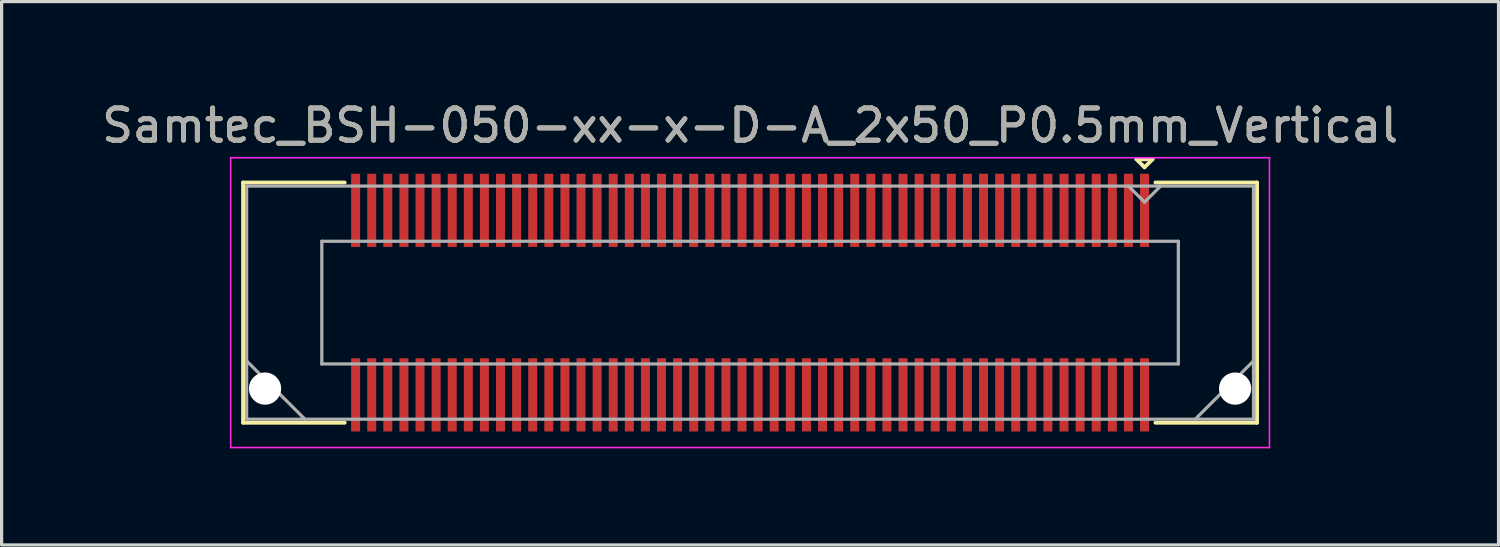
<source format=kicad_pcb>
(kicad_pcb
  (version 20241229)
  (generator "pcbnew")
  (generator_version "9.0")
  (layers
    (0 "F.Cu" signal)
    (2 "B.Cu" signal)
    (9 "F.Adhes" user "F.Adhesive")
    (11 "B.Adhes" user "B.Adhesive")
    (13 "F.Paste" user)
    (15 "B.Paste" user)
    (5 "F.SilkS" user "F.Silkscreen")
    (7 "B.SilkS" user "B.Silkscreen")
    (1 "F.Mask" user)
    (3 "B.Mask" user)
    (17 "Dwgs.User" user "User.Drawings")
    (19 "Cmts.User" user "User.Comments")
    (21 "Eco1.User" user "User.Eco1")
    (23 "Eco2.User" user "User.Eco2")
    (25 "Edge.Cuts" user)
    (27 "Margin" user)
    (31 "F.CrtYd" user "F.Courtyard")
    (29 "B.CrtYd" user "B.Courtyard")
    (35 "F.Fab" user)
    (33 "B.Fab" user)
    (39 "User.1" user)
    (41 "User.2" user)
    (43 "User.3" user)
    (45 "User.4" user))
  (footprint "Samtec_BSH-050-xx-x-D-A_2x50_P0.5mm_Vertical"
    (layer "F.Cu")
    (at 20.244 6.348)
    (property "Reference" "Samtec_BSH-050-xx-x-D-A_2x50_P0.5mm_Vertical" (at 0 -5.5 0) (layer "F.SilkS") (effects (font (size 1 1) (thickness 0.15))))
    (attr smd)
    (fp_line (start -15.745 -3.73) (end -12.589 -3.73) (stroke (width 0.12) (type solid)) (layer "F.SilkS"))
    (fp_line (start -15.745 3.73) (end -15.745 -3.73) (stroke (width 0.12) (type solid)) (layer "F.SilkS"))
    (fp_line (start -12.589 3.73) (end -15.745 3.73) (stroke (width 0.12) (type solid)) (layer "F.SilkS"))
    (fp_line (start 12 -4.452) (end 12.5 -4.452) (stroke (width 0.12) (type solid)) (layer "F.SilkS"))
    (fp_line (start 12.25 -4.202) (end 12 -4.452) (stroke (width 0.12) (type solid)) (layer "F.SilkS"))
    (fp_line (start 12.5 -4.452) (end 12.25 -4.202) (stroke (width 0.12) (type solid)) (layer "F.SilkS"))
    (fp_line (start 12.589 3.73) (end 15.745 3.73) (stroke (width 0.12) (type solid)) (layer "F.SilkS"))
    (fp_line (start 15.745 -3.73) (end 12.589 -3.73) (stroke (width 0.12) (type solid)) (layer "F.SilkS"))
    (fp_line (start 15.745 3.73) (end 15.745 -3.73) (stroke (width 0.12) (type solid)) (layer "F.SilkS"))
    (fp_line (start -16.13 -4.5) (end -16.13 4.5) (stroke (width 0.05) (type solid)) (layer "F.CrtYd"))
    (fp_line (start -16.13 4.5) (end 16.13 4.5) (stroke (width 0.05) (type solid)) (layer "F.CrtYd"))
    (fp_line (start 16.13 -4.5) (end -16.13 -4.5) (stroke (width 0.05) (type solid)) (layer "F.CrtYd"))
    (fp_line (start 16.13 4.5) (end 16.13 -4.5) (stroke (width 0.05) (type solid)) (layer "F.CrtYd"))
    (fp_line (start -15.635 -3.62) (end -15.635 3.62) (stroke (width 0.1) (type solid)) (layer "F.Fab"))
    (fp_line (start -15.635 1.81) (end -13.825 3.62) (stroke (width 0.1) (type solid)) (layer "F.Fab"))
    (fp_line (start -15.635 3.62) (end 15.635 3.62) (stroke (width 0.1) (type solid)) (layer "F.Fab"))
    (fp_line (start -13.3 -1.905) (end -13.3 1.905) (stroke (width 0.1) (type solid)) (layer "F.Fab"))
    (fp_line (start -13.3 1.905) (end 13.3 1.905) (stroke (width 0.1) (type solid)) (layer "F.Fab"))
    (fp_line (start 12.25 -3.12) (end 11.75 -3.62) (stroke (width 0.1) (type solid)) (layer "F.Fab"))
    (fp_line (start 12.75 -3.62) (end 12.25 -3.12) (stroke (width 0.1) (type solid)) (layer "F.Fab"))
    (fp_line (start 13.3 -1.905) (end -13.3 -1.905) (stroke (width 0.1) (type solid)) (layer "F.Fab"))
    (fp_line (start 13.3 1.905) (end 13.3 -1.905) (stroke (width 0.1) (type solid)) (layer "F.Fab"))
    (fp_line (start 15.635 -3.62) (end -15.635 -3.62) (stroke (width 0.1) (type solid)) (layer "F.Fab"))
    (fp_line (start 15.635 1.81) (end 13.825 3.62) (stroke (width 0.1) (type solid)) (layer "F.Fab"))
    (fp_line (start 15.635 3.62) (end 15.635 -3.62) (stroke (width 0.1) (type solid)) (layer "F.Fab"))
    (fp_text user "${REFERENCE}" (at 0 -5.5 0) (layer "F.Fab") (effects (font (size 1 1) (thickness 0.15))))
    (pad "" np_thru_hole circle (at -15.063 2.67) (size 1 1) (drill 1) (layers "*.Cu" "*.Mask"))
    (pad "" np_thru_hole circle (at 15.063 2.67) (size 1 1) (drill 1) (layers "*.Cu" "*.Mask"))
    (pad "1" smd rect (at 12.25 -2.865) (size 0.279 2.273) (layers "F.Cu" "F.Mask" "F.Paste"))
    (pad "2" smd rect (at 12.25 2.865) (size 0.279 2.273) (layers "F.Cu" "F.Mask" "F.Paste"))
    (pad "3" smd rect (at 11.75 -2.865) (size 0.279 2.273) (layers "F.Cu" "F.Mask" "F.Paste"))
    (pad "4" smd rect (at 11.75 2.865) (size 0.279 2.273) (layers "F.Cu" "F.Mask" "F.Paste"))
    (pad "5" smd rect (at 11.25 -2.865) (size 0.279 2.273) (layers "F.Cu" "F.Mask" "F.Paste"))
    (pad "6" smd rect (at 11.25 2.865) (size 0.279 2.273) (layers "F.Cu" "F.Mask" "F.Paste"))
    (pad "7" smd rect (at 10.75 -2.865) (size 0.279 2.273) (layers "F.Cu" "F.Mask" "F.Paste"))
    (pad "8" smd rect (at 10.75 2.865) (size 0.279 2.273) (layers "F.Cu" "F.Mask" "F.Paste"))
    (pad "9" smd rect (at 10.25 -2.865) (size 0.279 2.273) (layers "F.Cu" "F.Mask" "F.Paste"))
    (pad "10" smd rect (at 10.25 2.865) (size 0.279 2.273) (layers "F.Cu" "F.Mask" "F.Paste"))
    (pad "11" smd rect (at 9.75 -2.865) (size 0.279 2.273) (layers "F.Cu" "F.Mask" "F.Paste"))
    (pad "12" smd rect (at 9.75 2.865) (size 0.279 2.273) (layers "F.Cu" "F.Mask" "F.Paste"))
    (pad "13" smd rect (at 9.25 -2.865) (size 0.279 2.273) (layers "F.Cu" "F.Mask" "F.Paste"))
    (pad "14" smd rect (at 9.25 2.865) (size 0.279 2.273) (layers "F.Cu" "F.Mask" "F.Paste"))
    (pad "15" smd rect (at 8.75 -2.865) (size 0.279 2.273) (layers "F.Cu" "F.Mask" "F.Paste"))
    (pad "16" smd rect (at 8.75 2.865) (size 0.279 2.273) (layers "F.Cu" "F.Mask" "F.Paste"))
    (pad "17" smd rect (at 8.25 -2.865) (size 0.279 2.273) (layers "F.Cu" "F.Mask" "F.Paste"))
    (pad "18" smd rect (at 8.25 2.865) (size 0.279 2.273) (layers "F.Cu" "F.Mask" "F.Paste"))
    (pad "19" smd rect (at 7.75 -2.865) (size 0.279 2.273) (layers "F.Cu" "F.Mask" "F.Paste"))
    (pad "20" smd rect (at 7.75 2.865) (size 0.279 2.273) (layers "F.Cu" "F.Mask" "F.Paste"))
    (pad "21" smd rect (at 7.25 -2.865) (size 0.279 2.273) (layers "F.Cu" "F.Mask" "F.Paste"))
    (pad "22" smd rect (at 7.25 2.865) (size 0.279 2.273) (layers "F.Cu" "F.Mask" "F.Paste"))
    (pad "23" smd rect (at 6.75 -2.865) (size 0.279 2.273) (layers "F.Cu" "F.Mask" "F.Paste"))
    (pad "24" smd rect (at 6.75 2.865) (size 0.279 2.273) (layers "F.Cu" "F.Mask" "F.Paste"))
    (pad "25" smd rect (at 6.25 -2.865) (size 0.279 2.273) (layers "F.Cu" "F.Mask" "F.Paste"))
    (pad "26" smd rect (at 6.25 2.865) (size 0.279 2.273) (layers "F.Cu" "F.Mask" "F.Paste"))
    (pad "27" smd rect (at 5.75 -2.865) (size 0.279 2.273) (layers "F.Cu" "F.Mask" "F.Paste"))
    (pad "28" smd rect (at 5.75 2.865) (size 0.279 2.273) (layers "F.Cu" "F.Mask" "F.Paste"))
    (pad "29" smd rect (at 5.25 -2.865) (size 0.279 2.273) (layers "F.Cu" "F.Mask" "F.Paste"))
    (pad "30" smd rect (at 5.25 2.865) (size 0.279 2.273) (layers "F.Cu" "F.Mask" "F.Paste"))
    (pad "31" smd rect (at 4.75 -2.865) (size 0.279 2.273) (layers "F.Cu" "F.Mask" "F.Paste"))
    (pad "32" smd rect (at 4.75 2.865) (size 0.279 2.273) (layers "F.Cu" "F.Mask" "F.Paste"))
    (pad "33" smd rect (at 4.25 -2.865) (size 0.279 2.273) (layers "F.Cu" "F.Mask" "F.Paste"))
    (pad "34" smd rect (at 4.25 2.865) (size 0.279 2.273) (layers "F.Cu" "F.Mask" "F.Paste"))
    (pad "35" smd rect (at 3.75 -2.865) (size 0.279 2.273) (layers "F.Cu" "F.Mask" "F.Paste"))
    (pad "36" smd rect (at 3.75 2.865) (size 0.279 2.273) (layers "F.Cu" "F.Mask" "F.Paste"))
    (pad "37" smd rect (at 3.25 -2.865) (size 0.279 2.273) (layers "F.Cu" "F.Mask" "F.Paste"))
    (pad "38" smd rect (at 3.25 2.865) (size 0.279 2.273) (layers "F.Cu" "F.Mask" "F.Paste"))
    (pad "39" smd rect (at 2.75 -2.865) (size 0.279 2.273) (layers "F.Cu" "F.Mask" "F.Paste"))
    (pad "40" smd rect (at 2.75 2.865) (size 0.279 2.273) (layers "F.Cu" "F.Mask" "F.Paste"))
    (pad "41" smd rect (at 2.25 -2.865) (size 0.279 2.273) (layers "F.Cu" "F.Mask" "F.Paste"))
    (pad "42" smd rect (at 2.25 2.865) (size 0.279 2.273) (layers "F.Cu" "F.Mask" "F.Paste"))
    (pad "43" smd rect (at 1.75 -2.865) (size 0.279 2.273) (layers "F.Cu" "F.Mask" "F.Paste"))
    (pad "44" smd rect (at 1.75 2.865) (size 0.279 2.273) (layers "F.Cu" "F.Mask" "F.Paste"))
    (pad "45" smd rect (at 1.25 -2.865) (size 0.279 2.273) (layers "F.Cu" "F.Mask" "F.Paste"))
    (pad "46" smd rect (at 1.25 2.865) (size 0.279 2.273) (layers "F.Cu" "F.Mask" "F.Paste"))
    (pad "47" smd rect (at 0.75 -2.865) (size 0.279 2.273) (layers "F.Cu" "F.Mask" "F.Paste"))
    (pad "48" smd rect (at 0.75 2.865) (size 0.279 2.273) (layers "F.Cu" "F.Mask" "F.Paste"))
    (pad "49" smd rect (at 0.25 -2.865) (size 0.279 2.273) (layers "F.Cu" "F.Mask" "F.Paste"))
    (pad "50" smd rect (at 0.25 2.865) (size 0.279 2.273) (layers "F.Cu" "F.Mask" "F.Paste"))
    (pad "51" smd rect (at -0.25 -2.865) (size 0.279 2.273) (layers "F.Cu" "F.Mask" "F.Paste"))
    (pad "52" smd rect (at -0.25 2.865) (size 0.279 2.273) (layers "F.Cu" "F.Mask" "F.Paste"))
    (pad "53" smd rect (at -0.75 -2.865) (size 0.279 2.273) (layers "F.Cu" "F.Mask" "F.Paste"))
    (pad "54" smd rect (at -0.75 2.865) (size 0.279 2.273) (layers "F.Cu" "F.Mask" "F.Paste"))
    (pad "55" smd rect (at -1.25 -2.865) (size 0.279 2.273) (layers "F.Cu" "F.Mask" "F.Paste"))
    (pad "56" smd rect (at -1.25 2.865) (size 0.279 2.273) (layers "F.Cu" "F.Mask" "F.Paste"))
    (pad "57" smd rect (at -1.75 -2.865) (size 0.279 2.273) (layers "F.Cu" "F.Mask" "F.Paste"))
    (pad "58" smd rect (at -1.75 2.865) (size 0.279 2.273) (layers "F.Cu" "F.Mask" "F.Paste"))
    (pad "59" smd rect (at -2.25 -2.865) (size 0.279 2.273) (layers "F.Cu" "F.Mask" "F.Paste"))
    (pad "60" smd rect (at -2.25 2.865) (size 0.279 2.273) (layers "F.Cu" "F.Mask" "F.Paste"))
    (pad "61" smd rect (at -2.75 -2.865) (size 0.279 2.273) (layers "F.Cu" "F.Mask" "F.Paste"))
    (pad "62" smd rect (at -2.75 2.865) (size 0.279 2.273) (layers "F.Cu" "F.Mask" "F.Paste"))
    (pad "63" smd rect (at -3.25 -2.865) (size 0.279 2.273) (layers "F.Cu" "F.Mask" "F.Paste"))
    (pad "64" smd rect (at -3.25 2.865) (size 0.279 2.273) (layers "F.Cu" "F.Mask" "F.Paste"))
    (pad "65" smd rect (at -3.75 -2.865) (size 0.279 2.273) (layers "F.Cu" "F.Mask" "F.Paste"))
    (pad "66" smd rect (at -3.75 2.865) (size 0.279 2.273) (layers "F.Cu" "F.Mask" "F.Paste"))
    (pad "67" smd rect (at -4.25 -2.865) (size 0.279 2.273) (layers "F.Cu" "F.Mask" "F.Paste"))
    (pad "68" smd rect (at -4.25 2.865) (size 0.279 2.273) (layers "F.Cu" "F.Mask" "F.Paste"))
    (pad "69" smd rect (at -4.75 -2.865) (size 0.279 2.273) (layers "F.Cu" "F.Mask" "F.Paste"))
    (pad "70" smd rect (at -4.75 2.865) (size 0.279 2.273) (layers "F.Cu" "F.Mask" "F.Paste"))
    (pad "71" smd rect (at -5.25 -2.865) (size 0.279 2.273) (layers "F.Cu" "F.Mask" "F.Paste"))
    (pad "72" smd rect (at -5.25 2.865) (size 0.279 2.273) (layers "F.Cu" "F.Mask" "F.Paste"))
    (pad "73" smd rect (at -5.75 -2.865) (size 0.279 2.273) (layers "F.Cu" "F.Mask" "F.Paste"))
    (pad "74" smd rect (at -5.75 2.865) (size 0.279 2.273) (layers "F.Cu" "F.Mask" "F.Paste"))
    (pad "75" smd rect (at -6.25 -2.865) (size 0.279 2.273) (layers "F.Cu" "F.Mask" "F.Paste"))
    (pad "76" smd rect (at -6.25 2.865) (size 0.279 2.273) (layers "F.Cu" "F.Mask" "F.Paste"))
    (pad "77" smd rect (at -6.75 -2.865) (size 0.279 2.273) (layers "F.Cu" "F.Mask" "F.Paste"))
    (pad "78" smd rect (at -6.75 2.865) (size 0.279 2.273) (layers "F.Cu" "F.Mask" "F.Paste"))
    (pad "79" smd rect (at -7.25 -2.865) (size 0.279 2.273) (layers "F.Cu" "F.Mask" "F.Paste"))
    (pad "80" smd rect (at -7.25 2.865) (size 0.279 2.273) (layers "F.Cu" "F.Mask" "F.Paste"))
    (pad "81" smd rect (at -7.75 -2.865) (size 0.279 2.273) (layers "F.Cu" "F.Mask" "F.Paste"))
    (pad "82" smd rect (at -7.75 2.865) (size 0.279 2.273) (layers "F.Cu" "F.Mask" "F.Paste"))
    (pad "83" smd rect (at -8.25 -2.865) (size 0.279 2.273) (layers "F.Cu" "F.Mask" "F.Paste"))
    (pad "84" smd rect (at -8.25 2.865) (size 0.279 2.273) (layers "F.Cu" "F.Mask" "F.Paste"))
    (pad "85" smd rect (at -8.75 -2.865) (size 0.279 2.273) (layers "F.Cu" "F.Mask" "F.Paste"))
    (pad "86" smd rect (at -8.75 2.865) (size 0.279 2.273) (layers "F.Cu" "F.Mask" "F.Paste"))
    (pad "87" smd rect (at -9.25 -2.865) (size 0.279 2.273) (layers "F.Cu" "F.Mask" "F.Paste"))
    (pad "88" smd rect (at -9.25 2.865) (size 0.279 2.273) (layers "F.Cu" "F.Mask" "F.Paste"))
    (pad "89" smd rect (at -9.75 -2.865) (size 0.279 2.273) (layers "F.Cu" "F.Mask" "F.Paste"))
    (pad "90" smd rect (at -9.75 2.865) (size 0.279 2.273) (layers "F.Cu" "F.Mask" "F.Paste"))
    (pad "91" smd rect (at -10.25 -2.865) (size 0.279 2.273) (layers "F.Cu" "F.Mask" "F.Paste"))
    (pad "92" smd rect (at -10.25 2.865) (size 0.279 2.273) (layers "F.Cu" "F.Mask" "F.Paste"))
    (pad "93" smd rect (at -10.75 -2.865) (size 0.279 2.273) (layers "F.Cu" "F.Mask" "F.Paste"))
    (pad "94" smd rect (at -10.75 2.865) (size 0.279 2.273) (layers "F.Cu" "F.Mask" "F.Paste"))
    (pad "95" smd rect (at -11.25 -2.865) (size 0.279 2.273) (layers "F.Cu" "F.Mask" "F.Paste"))
    (pad "96" smd rect (at -11.25 2.865) (size 0.279 2.273) (layers "F.Cu" "F.Mask" "F.Paste"))
    (pad "97" smd rect (at -11.75 -2.865) (size 0.279 2.273) (layers "F.Cu" "F.Mask" "F.Paste"))
    (pad "98" smd rect (at -11.75 2.865) (size 0.279 2.273) (layers "F.Cu" "F.Mask" "F.Paste"))
    (pad "99" smd rect (at -12.25 -2.865) (size 0.279 2.273) (layers "F.Cu" "F.Mask" "F.Paste"))
    (pad "100" smd rect (at -12.25 2.865) (size 0.279 2.273) (layers "F.Cu" "F.Mask" "F.Paste")))
  (gr_rect
    (start -3 -3)
    (end 43.488 13.873)
    (stroke (width 0.1) (type default))
    (fill no)
    (layer "Edge.Cuts")))
</source>
